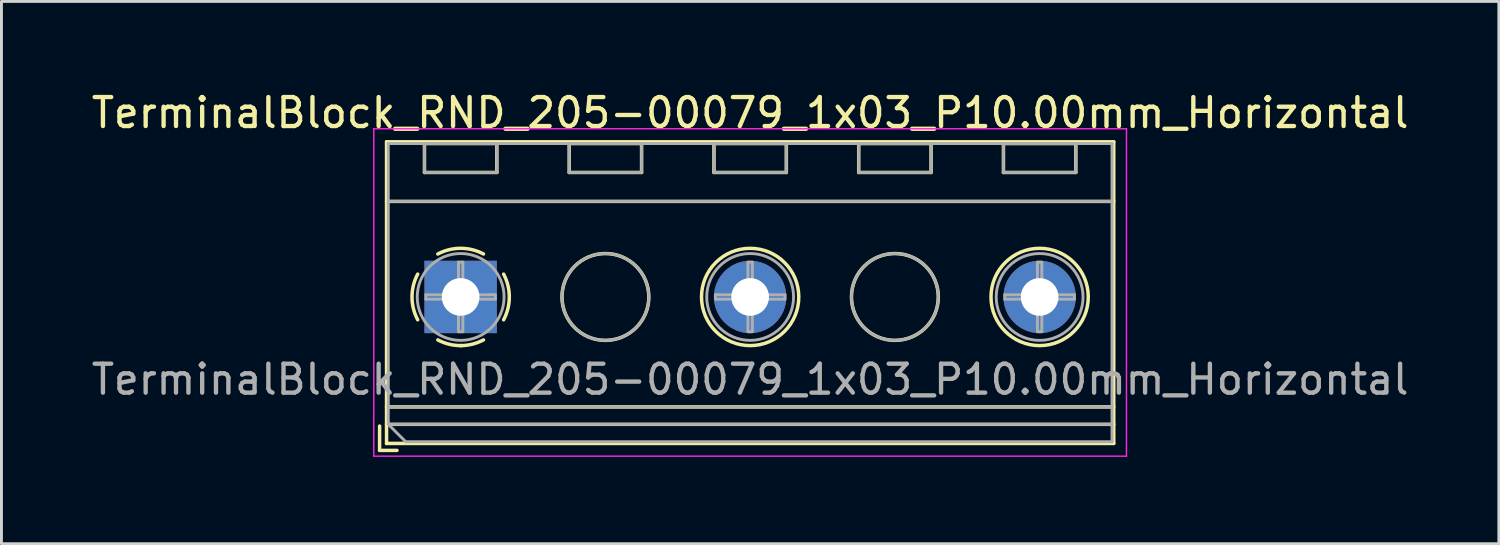
<source format=kicad_pcb>
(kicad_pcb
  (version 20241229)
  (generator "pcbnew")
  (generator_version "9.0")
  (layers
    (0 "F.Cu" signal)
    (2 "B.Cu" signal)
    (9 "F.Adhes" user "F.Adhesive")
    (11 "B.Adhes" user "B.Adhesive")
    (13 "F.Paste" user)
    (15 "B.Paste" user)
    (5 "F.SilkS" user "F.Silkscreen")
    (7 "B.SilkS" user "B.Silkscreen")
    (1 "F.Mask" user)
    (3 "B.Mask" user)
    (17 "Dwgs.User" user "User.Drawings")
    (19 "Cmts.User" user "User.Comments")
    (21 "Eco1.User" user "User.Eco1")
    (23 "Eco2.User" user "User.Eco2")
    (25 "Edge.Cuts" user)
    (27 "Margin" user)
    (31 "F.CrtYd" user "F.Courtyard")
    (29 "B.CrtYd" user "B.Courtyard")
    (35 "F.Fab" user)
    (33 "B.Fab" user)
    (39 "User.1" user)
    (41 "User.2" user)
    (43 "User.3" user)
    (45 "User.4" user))
  (footprint "TerminalBlock_RND_205-00079_1x03_P10.00mm_Horizontal"
    (layer "F.Cu")
    (at 12.863 7.208)
    (property "Reference" "TerminalBlock_RND_205-00079_1x03_P10.00mm_Horizontal" (at 10 -6.36 0) (layer "F.SilkS") (effects (font (size 1 1) (thickness 0.15))))
    (attr through_hole)
    (fp_line (start -2.8 4.46) (end -2.8 5.3) (stroke (width 0.12) (type solid)) (layer "F.SilkS"))
    (fp_line (start -2.8 5.3) (end -2.2 5.3) (stroke (width 0.12) (type solid)) (layer "F.SilkS"))
    (fp_line (start -2.56 -5.36) (end -2.56 5.06) (stroke (width 0.12) (type solid)) (layer "F.SilkS"))
    (fp_line (start -2.56 -5.36) (end 22.56 -5.36) (stroke (width 0.12) (type solid)) (layer "F.SilkS"))
    (fp_line (start -2.56 -3.301) (end 22.56 -3.301) (stroke (width 0.12) (type solid)) (layer "F.SilkS"))
    (fp_line (start -2.56 3.8) (end 22.56 3.8) (stroke (width 0.12) (type solid)) (layer "F.SilkS"))
    (fp_line (start -2.56 4.4) (end 22.56 4.4) (stroke (width 0.12) (type solid)) (layer "F.SilkS"))
    (fp_line (start -2.56 5.06) (end 22.56 5.06) (stroke (width 0.12) (type solid)) (layer "F.SilkS"))
    (fp_line (start -1.25 -5.301) (end -1.25 -4.301) (stroke (width 0.12) (type solid)) (layer "F.SilkS"))
    (fp_line (start -1.25 -5.301) (end 1.25 -5.301) (stroke (width 0.12) (type solid)) (layer "F.SilkS"))
    (fp_line (start -1.25 -4.301) (end 1.25 -4.301) (stroke (width 0.12) (type solid)) (layer "F.SilkS"))
    (fp_line (start 1.25 -5.301) (end 1.25 -4.301) (stroke (width 0.12) (type solid)) (layer "F.SilkS"))
    (fp_line (start 3.75 -5.301) (end 3.75 -4.301) (stroke (width 0.12) (type solid)) (layer "F.SilkS"))
    (fp_line (start 3.75 -5.301) (end 6.25 -5.301) (stroke (width 0.12) (type solid)) (layer "F.SilkS"))
    (fp_line (start 3.75 -4.301) (end 6.25 -4.301) (stroke (width 0.12) (type solid)) (layer "F.SilkS"))
    (fp_line (start 6.25 -5.301) (end 6.25 -4.301) (stroke (width 0.12) (type solid)) (layer "F.SilkS"))
    (fp_line (start 8.75 -5.301) (end 8.75 -4.301) (stroke (width 0.12) (type solid)) (layer "F.SilkS"))
    (fp_line (start 8.75 -5.301) (end 11.25 -5.301) (stroke (width 0.12) (type solid)) (layer "F.SilkS"))
    (fp_line (start 8.75 -4.301) (end 11.25 -4.301) (stroke (width 0.12) (type solid)) (layer "F.SilkS"))
    (fp_line (start 11.25 -5.301) (end 11.25 -4.301) (stroke (width 0.12) (type solid)) (layer "F.SilkS"))
    (fp_line (start 13.75 -5.301) (end 13.75 -4.301) (stroke (width 0.12) (type solid)) (layer "F.SilkS"))
    (fp_line (start 13.75 -5.301) (end 16.25 -5.301) (stroke (width 0.12) (type solid)) (layer "F.SilkS"))
    (fp_line (start 13.75 -4.301) (end 16.25 -4.301) (stroke (width 0.12) (type solid)) (layer "F.SilkS"))
    (fp_line (start 16.25 -5.301) (end 16.25 -4.301) (stroke (width 0.12) (type solid)) (layer "F.SilkS"))
    (fp_line (start 18.75 -5.301) (end 18.75 -4.301) (stroke (width 0.12) (type solid)) (layer "F.SilkS"))
    (fp_line (start 18.75 -5.301) (end 21.25 -5.301) (stroke (width 0.12) (type solid)) (layer "F.SilkS"))
    (fp_line (start 18.75 -4.301) (end 21.25 -4.301) (stroke (width 0.12) (type solid)) (layer "F.SilkS"))
    (fp_line (start 21.25 -5.301) (end 21.25 -4.301) (stroke (width 0.12) (type solid)) (layer "F.SilkS"))
    (fp_line (start 22.56 -5.36) (end 22.56 5.06) (stroke (width 0.12) (type solid)) (layer "F.SilkS"))
    (fp_arc (start -1.483953 0.789089) (mid -1.680708 0.00005) (end -1.484 -0.789) (stroke (width 0.12) (type solid)) (layer "F.SilkS"))
    (fp_arc (start -0.789089 -1.483953) (mid -0.00005 -1.680708) (end 0.789 -1.484) (stroke (width 0.12) (type solid)) (layer "F.SilkS"))
    (fp_arc (start 0.029383 1.68045) (mid -0.392304 1.634281) (end -0.789 1.484) (stroke (width 0.12) (type solid)) (layer "F.SilkS"))
    (fp_arc (start 0.788712 1.483352) (mid 0.406429 1.630097) (end 0 1.68) (stroke (width 0.12) (type solid)) (layer "F.SilkS"))
    (fp_arc (start 1.483953 -0.789089) (mid 1.680708 -0.00005) (end 1.484 0.789) (stroke (width 0.12) (type solid)) (layer "F.SilkS"))
    (fp_circle (center 5 0) (end 6.5 0) (stroke (width 0.12) (type solid)) (fill no) (layer "F.SilkS"))
    (fp_circle (center 10 0) (end 11.68 0) (stroke (width 0.12) (type solid)) (fill no) (layer "F.SilkS"))
    (fp_circle (center 15 0) (end 16.5 0) (stroke (width 0.12) (type solid)) (fill no) (layer "F.SilkS"))
    (fp_circle (center 20 0) (end 21.68 0) (stroke (width 0.12) (type solid)) (fill no) (layer "F.SilkS"))
    (fp_line (start -3 -5.81) (end -3 5.5) (stroke (width 0.05) (type solid)) (layer "F.CrtYd"))
    (fp_line (start -3 5.5) (end 23 5.5) (stroke (width 0.05) (type solid)) (layer "F.CrtYd"))
    (fp_line (start 23 -5.81) (end -3 -5.81) (stroke (width 0.05) (type solid)) (layer "F.CrtYd"))
    (fp_line (start 23 5.5) (end 23 -5.81) (stroke (width 0.05) (type solid)) (layer "F.CrtYd"))
    (fp_line (start -2.5 -5.3) (end 22.5 -5.3) (stroke (width 0.1) (type solid)) (layer "F.Fab"))
    (fp_line (start -2.5 -3.3) (end 22.5 -3.3) (stroke (width 0.1) (type solid)) (layer "F.Fab"))
    (fp_line (start -2.5 3.8) (end 22.5 3.8) (stroke (width 0.1) (type solid)) (layer "F.Fab"))
    (fp_line (start -2.5 4.4) (end -2.5 -5.3) (stroke (width 0.1) (type solid)) (layer "F.Fab"))
    (fp_line (start -2.5 4.4) (end 22.5 4.4) (stroke (width 0.1) (type solid)) (layer "F.Fab"))
    (fp_line (start -1.9 5) (end -2.5 4.4) (stroke (width 0.1) (type solid)) (layer "F.Fab"))
    (fp_line (start -1.25 -5.3) (end -1.25 -4.3) (stroke (width 0.1) (type solid)) (layer "F.Fab"))
    (fp_line (start -1.25 -4.3) (end 1.25 -4.3) (stroke (width 0.1) (type solid)) (layer "F.Fab"))
    (fp_line (start -1.201 -0.076) (end -0.076 -0.076) (stroke (width 0.1) (type solid)) (layer "F.Fab"))
    (fp_line (start -1.201 0.076) (end -1.201 -0.076) (stroke (width 0.1) (type solid)) (layer "F.Fab"))
    (fp_line (start -0.076 -1.201) (end 0.076 -1.201) (stroke (width 0.1) (type solid)) (layer "F.Fab"))
    (fp_line (start -0.076 -0.076) (end -0.076 -1.201) (stroke (width 0.1) (type solid)) (layer "F.Fab"))
    (fp_line (start -0.076 0.076) (end -1.201 0.076) (stroke (width 0.1) (type solid)) (layer "F.Fab"))
    (fp_line (start -0.076 1.201) (end -0.076 0.076) (stroke (width 0.1) (type solid)) (layer "F.Fab"))
    (fp_line (start 0.076 -1.201) (end 0.076 -0.076) (stroke (width 0.1) (type solid)) (layer "F.Fab"))
    (fp_line (start 0.076 -0.076) (end 1.201 -0.076) (stroke (width 0.1) (type solid)) (layer "F.Fab"))
    (fp_line (start 0.076 0.076) (end 0.076 1.201) (stroke (width 0.1) (type solid)) (layer "F.Fab"))
    (fp_line (start 0.076 1.201) (end -0.076 1.201) (stroke (width 0.1) (type solid)) (layer "F.Fab"))
    (fp_line (start 1.201 -0.076) (end 1.201 0.076) (stroke (width 0.1) (type solid)) (layer "F.Fab"))
    (fp_line (start 1.201 0.076) (end 0.076 0.076) (stroke (width 0.1) (type solid)) (layer "F.Fab"))
    (fp_line (start 1.25 -5.3) (end -1.25 -5.3) (stroke (width 0.1) (type solid)) (layer "F.Fab"))
    (fp_line (start 1.25 -4.3) (end 1.25 -5.3) (stroke (width 0.1) (type solid)) (layer "F.Fab"))
    (fp_line (start 3.75 -5.3) (end 3.75 -4.3) (stroke (width 0.1) (type solid)) (layer "F.Fab"))
    (fp_line (start 3.75 -4.3) (end 6.25 -4.3) (stroke (width 0.1) (type solid)) (layer "F.Fab"))
    (fp_line (start 6.25 -5.3) (end 3.75 -5.3) (stroke (width 0.1) (type solid)) (layer "F.Fab"))
    (fp_line (start 6.25 -4.3) (end 6.25 -5.3) (stroke (width 0.1) (type solid)) (layer "F.Fab"))
    (fp_line (start 8.75 -5.3) (end 8.75 -4.3) (stroke (width 0.1) (type solid)) (layer "F.Fab"))
    (fp_line (start 8.75 -4.3) (end 11.25 -4.3) (stroke (width 0.1) (type solid)) (layer "F.Fab"))
    (fp_line (start 8.799 -0.076) (end 9.924 -0.076) (stroke (width 0.1) (type solid)) (layer "F.Fab"))
    (fp_line (start 8.799 0.076) (end 8.799 -0.076) (stroke (width 0.1) (type solid)) (layer "F.Fab"))
    (fp_line (start 9.924 -1.201) (end 10.076 -1.201) (stroke (width 0.1) (type solid)) (layer "F.Fab"))
    (fp_line (start 9.924 -0.076) (end 9.924 -1.201) (stroke (width 0.1) (type solid)) (layer "F.Fab"))
    (fp_line (start 9.924 0.076) (end 8.799 0.076) (stroke (width 0.1) (type solid)) (layer "F.Fab"))
    (fp_line (start 9.924 1.201) (end 9.924 0.076) (stroke (width 0.1) (type solid)) (layer "F.Fab"))
    (fp_line (start 10.076 -1.201) (end 10.076 -0.076) (stroke (width 0.1) (type solid)) (layer "F.Fab"))
    (fp_line (start 10.076 -0.076) (end 11.201 -0.076) (stroke (width 0.1) (type solid)) (layer "F.Fab"))
    (fp_line (start 10.076 0.076) (end 10.076 1.201) (stroke (width 0.1) (type solid)) (layer "F.Fab"))
    (fp_line (start 10.076 1.201) (end 9.924 1.201) (stroke (width 0.1) (type solid)) (layer "F.Fab"))
    (fp_line (start 11.201 -0.076) (end 11.201 0.076) (stroke (width 0.1) (type solid)) (layer "F.Fab"))
    (fp_line (start 11.201 0.076) (end 10.076 0.076) (stroke (width 0.1) (type solid)) (layer "F.Fab"))
    (fp_line (start 11.25 -5.3) (end 8.75 -5.3) (stroke (width 0.1) (type solid)) (layer "F.Fab"))
    (fp_line (start 11.25 -4.3) (end 11.25 -5.3) (stroke (width 0.1) (type solid)) (layer "F.Fab"))
    (fp_line (start 13.75 -5.3) (end 13.75 -4.3) (stroke (width 0.1) (type solid)) (layer "F.Fab"))
    (fp_line (start 13.75 -4.3) (end 16.25 -4.3) (stroke (width 0.1) (type solid)) (layer "F.Fab"))
    (fp_line (start 16.25 -5.3) (end 13.75 -5.3) (stroke (width 0.1) (type solid)) (layer "F.Fab"))
    (fp_line (start 16.25 -4.3) (end 16.25 -5.3) (stroke (width 0.1) (type solid)) (layer "F.Fab"))
    (fp_line (start 18.75 -5.3) (end 18.75 -4.3) (stroke (width 0.1) (type solid)) (layer "F.Fab"))
    (fp_line (start 18.75 -4.3) (end 21.25 -4.3) (stroke (width 0.1) (type solid)) (layer "F.Fab"))
    (fp_line (start 18.799 -0.076) (end 19.924 -0.076) (stroke (width 0.1) (type solid)) (layer "F.Fab"))
    (fp_line (start 18.799 0.076) (end 18.799 -0.076) (stroke (width 0.1) (type solid)) (layer "F.Fab"))
    (fp_line (start 19.924 -1.201) (end 20.076 -1.201) (stroke (width 0.1) (type solid)) (layer "F.Fab"))
    (fp_line (start 19.924 -0.076) (end 19.924 -1.201) (stroke (width 0.1) (type solid)) (layer "F.Fab"))
    (fp_line (start 19.924 0.076) (end 18.799 0.076) (stroke (width 0.1) (type solid)) (layer "F.Fab"))
    (fp_line (start 19.924 1.201) (end 19.924 0.076) (stroke (width 0.1) (type solid)) (layer "F.Fab"))
    (fp_line (start 20.076 -1.201) (end 20.076 -0.076) (stroke (width 0.1) (type solid)) (layer "F.Fab"))
    (fp_line (start 20.076 -0.076) (end 21.201 -0.076) (stroke (width 0.1) (type solid)) (layer "F.Fab"))
    (fp_line (start 20.076 0.076) (end 20.076 1.201) (stroke (width 0.1) (type solid)) (layer "F.Fab"))
    (fp_line (start 20.076 1.201) (end 19.924 1.201) (stroke (width 0.1) (type solid)) (layer "F.Fab"))
    (fp_line (start 21.201 -0.076) (end 21.201 0.076) (stroke (width 0.1) (type solid)) (layer "F.Fab"))
    (fp_line (start 21.201 0.076) (end 20.076 0.076) (stroke (width 0.1) (type solid)) (layer "F.Fab"))
    (fp_line (start 21.25 -5.3) (end 18.75 -5.3) (stroke (width 0.1) (type solid)) (layer "F.Fab"))
    (fp_line (start 21.25 -4.3) (end 21.25 -5.3) (stroke (width 0.1) (type solid)) (layer "F.Fab"))
    (fp_line (start 22.5 -5.3) (end 22.5 5) (stroke (width 0.1) (type solid)) (layer "F.Fab"))
    (fp_line (start 22.5 5) (end -1.9 5) (stroke (width 0.1) (type solid)) (layer "F.Fab"))
    (fp_circle (center 0 0) (end 1.5 0) (stroke (width 0.1) (type solid)) (fill no) (layer "F.Fab"))
    (fp_circle (center 5 0) (end 6.5 0) (stroke (width 0.1) (type solid)) (fill no) (layer "F.Fab"))
    (fp_circle (center 10 0) (end 11.5 0) (stroke (width 0.1) (type solid)) (fill no) (layer "F.Fab"))
    (fp_circle (center 15 0) (end 16.5 0) (stroke (width 0.1) (type solid)) (fill no) (layer "F.Fab"))
    (fp_circle (center 20 0) (end 21.5 0) (stroke (width 0.1) (type solid)) (fill no) (layer "F.Fab"))
    (fp_text user "${REFERENCE}" (at 10 2.85 0) (layer "F.Fab") (effects (font (size 1 1) (thickness 0.15))))
    (pad "1" thru_hole rect (at 0 0) (size 2.5 2.5) (drill 1.3) (layers "*.Cu" "*.Mask"))
    (pad "2" thru_hole circle (at 10 0) (size 2.5 2.5) (drill 1.3) (layers "*.Cu" "*.Mask"))
    (pad "3" thru_hole circle (at 20 0) (size 2.5 2.5) (drill 1.3) (layers "*.Cu" "*.Mask")))
  (gr_rect
    (start -3 -3)
    (end 48.726 15.733)
    (stroke (width 0.1) (type default))
    (fill no)
    (layer "Edge.Cuts")))
</source>
